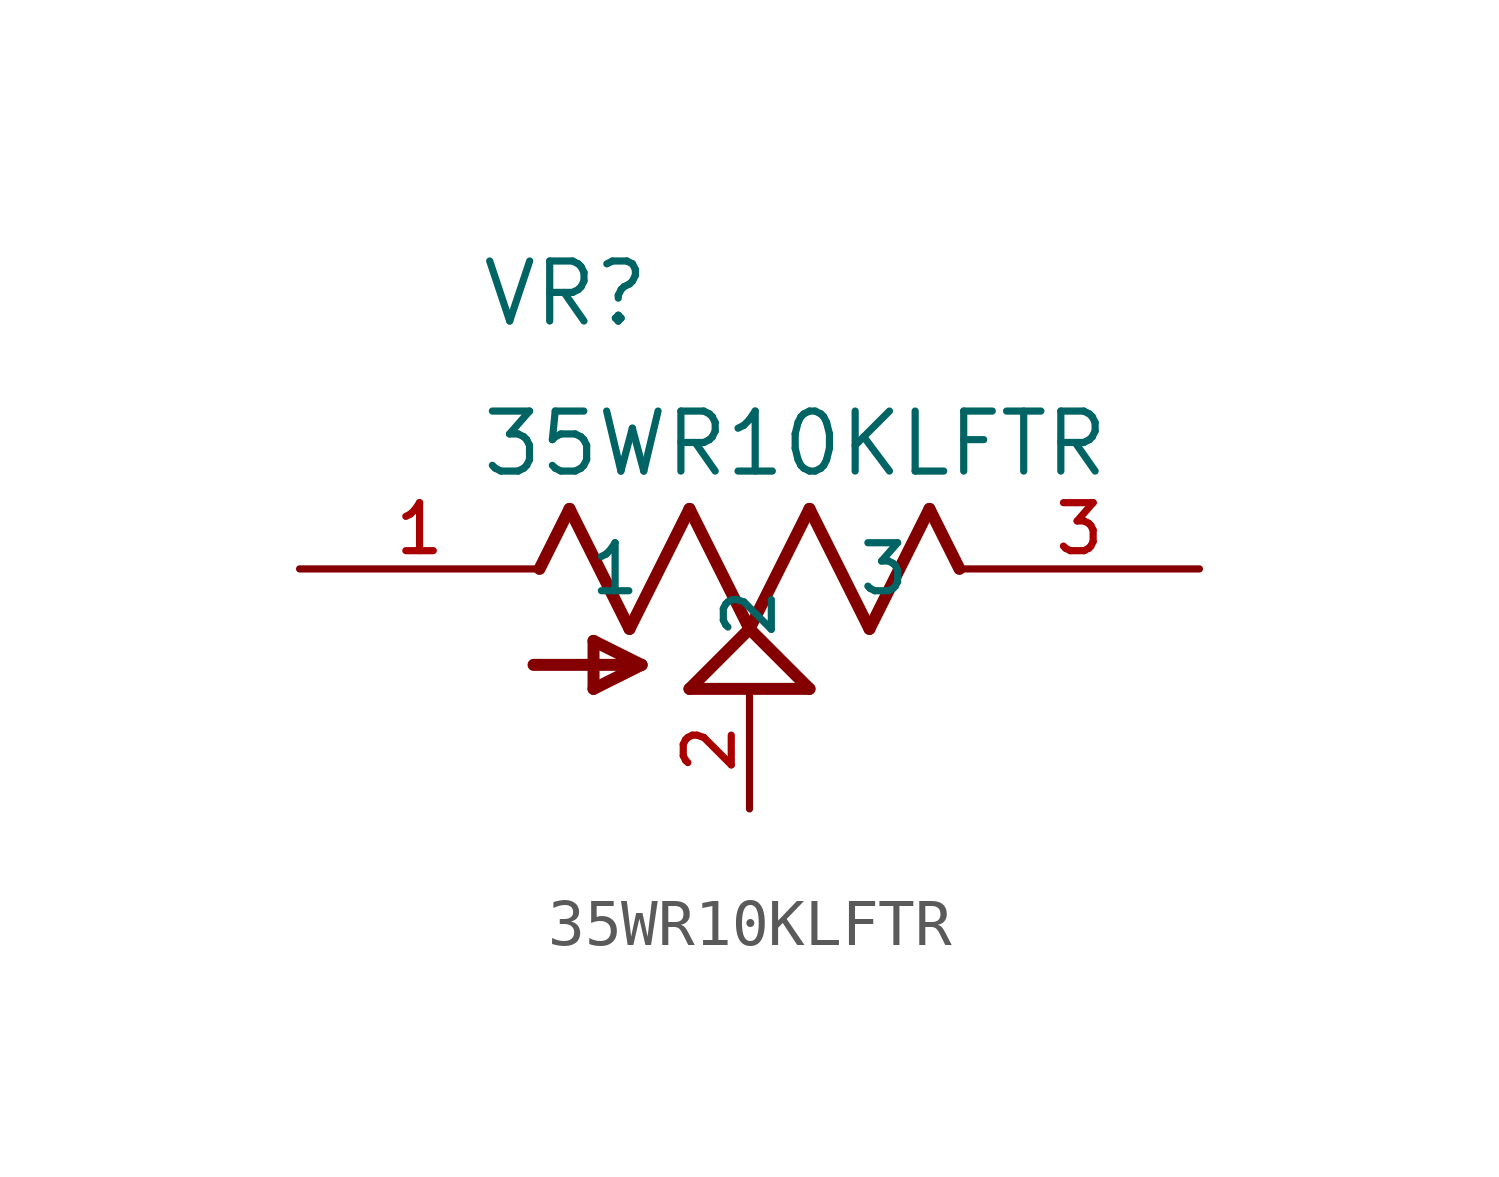
<source format=kicad_sym>
(kicad_symbol_lib
  (version 20211014)
  (generator kicad_symbol_editor)
  (symbol "35WR10KLFTR"
    (pin_names
      (offset 1.016))
    (property "Reference" "VR"
      (at -5.721 5.085 0)
      (effects (font (size 1.27 1.27)) (justify bottom left)))
    (property "Value" "35WR10KLFTR"
      (at -5.725 1.908 0)
      (effects (font (size 1.27 1.27)) (justify bottom left)))
    (symbol "35WR10KLFTR_0_0"
      (polyline (pts (xy 1.27 1.27) (xy 0.0 -1.27)) (stroke (width 0.254)))
      (polyline (pts (xy 0.0 -1.27) (xy -1.27 1.27)) (stroke (width 0.254)))
      (polyline (pts (xy -1.27 1.27) (xy -2.54 -1.27)) (stroke (width 0.254)))
      (polyline (pts (xy -2.54 -1.27) (xy -3.81 1.27)) (stroke (width 0.254)))
      (polyline (pts (xy 1.27 1.27) (xy 2.54 -1.27)) (stroke (width 0.254)))
      (polyline (pts (xy 2.54 -1.27) (xy 3.81 1.27)) (stroke (width 0.254)))
      (polyline (pts (xy 1.27 -2.54) (xy -1.27 -2.54)) (stroke (width 0.254)))
      (polyline (pts (xy -1.27 -2.54) (xy 0.0 -1.27)) (stroke (width 0.254)))
      (polyline (pts (xy 0.0 -1.27) (xy 1.27 -2.54)) (stroke (width 0.254)))
      (polyline (pts (xy -2.286 -2.032) (xy -3.302 -1.524)) (stroke (width 0.254)))
      (polyline (pts (xy -3.302 -1.524) (xy -3.302 -2.54)) (stroke (width 0.254)))
      (polyline (pts (xy -3.302 -2.54) (xy -2.286 -2.032)) (stroke (width 0.254)))
      (polyline (pts (xy -2.286 -2.032) (xy -4.572 -2.032)) (stroke (width 0.254)))
      (polyline (pts (xy -3.81 1.27) (xy -4.445 0.0)) (stroke (width 0.254)))
      (polyline (pts (xy 3.81 1.27) (xy 4.445 0.0)) (stroke (width 0.254)))
      (pin passive line (at -9.525 0.0 0) (length 5.08) (name "1" (effects (font (size 1.016 1.016)))) (number "1" (effects (font (size 1.016 1.016)))))
      (pin passive line (at 9.525 0.0 180.0) (length 5.08) (name "3" (effects (font (size 1.016 1.016)))) (number "3" (effects (font (size 1.016 1.016)))))
      (pin passive line (at 0.0 -5.08 90.0) (length 2.54) (name "2" (effects (font (size 1.016 1.016)))) (number "2" (effects (font (size 1.016 1.016))))))))
</source>
